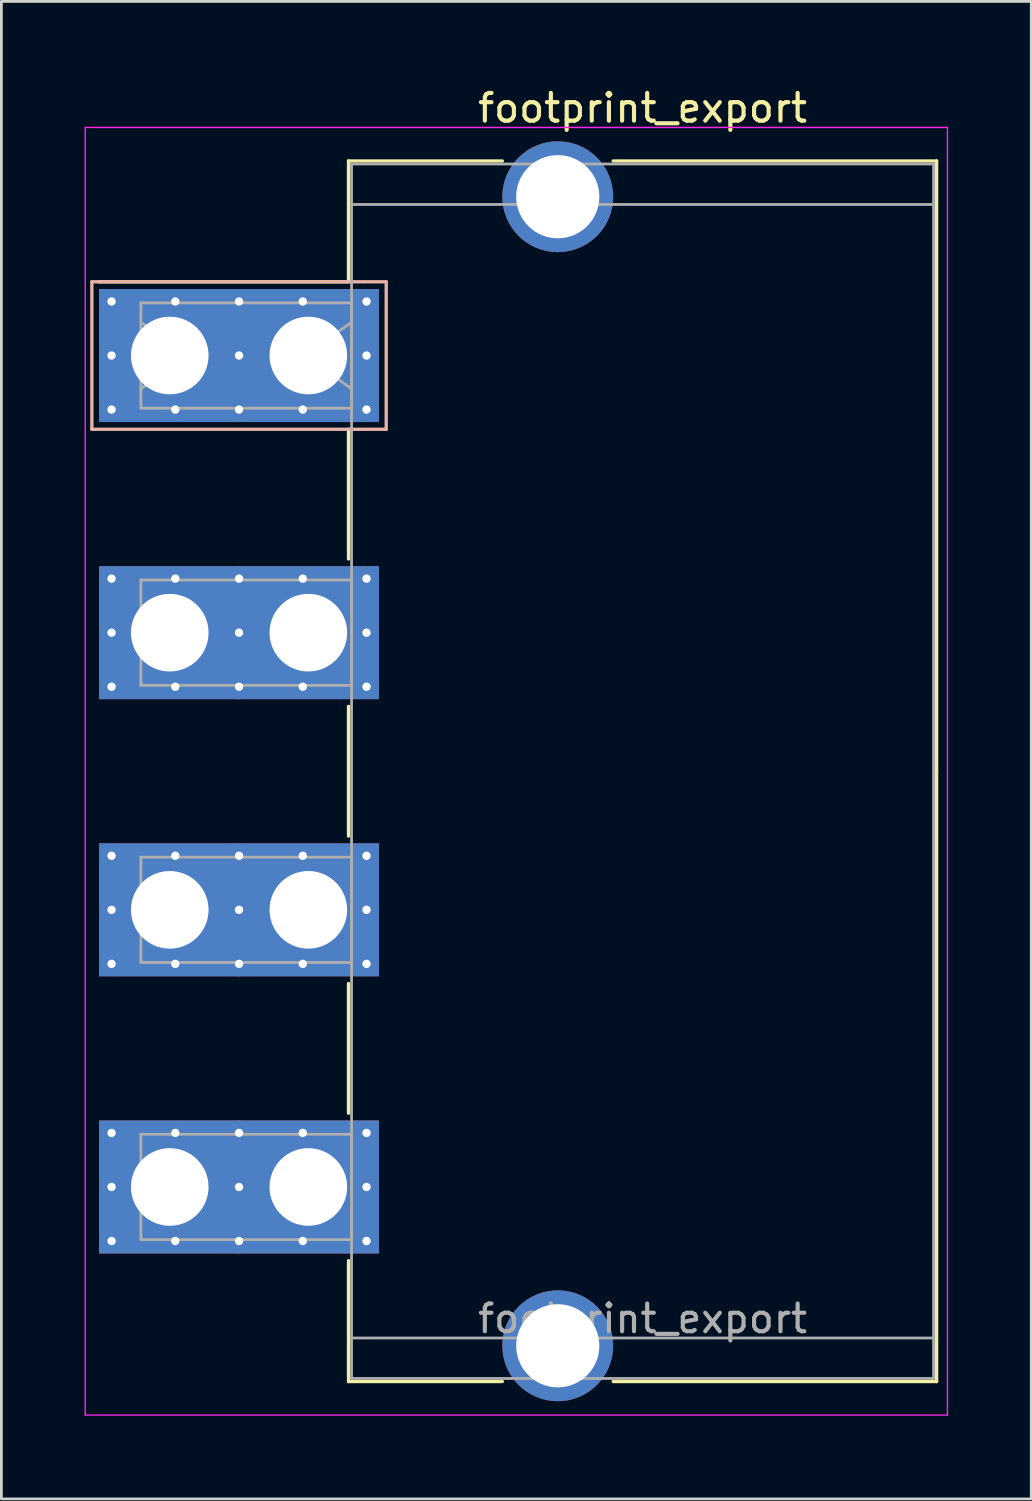
<source format=kicad_pcb>
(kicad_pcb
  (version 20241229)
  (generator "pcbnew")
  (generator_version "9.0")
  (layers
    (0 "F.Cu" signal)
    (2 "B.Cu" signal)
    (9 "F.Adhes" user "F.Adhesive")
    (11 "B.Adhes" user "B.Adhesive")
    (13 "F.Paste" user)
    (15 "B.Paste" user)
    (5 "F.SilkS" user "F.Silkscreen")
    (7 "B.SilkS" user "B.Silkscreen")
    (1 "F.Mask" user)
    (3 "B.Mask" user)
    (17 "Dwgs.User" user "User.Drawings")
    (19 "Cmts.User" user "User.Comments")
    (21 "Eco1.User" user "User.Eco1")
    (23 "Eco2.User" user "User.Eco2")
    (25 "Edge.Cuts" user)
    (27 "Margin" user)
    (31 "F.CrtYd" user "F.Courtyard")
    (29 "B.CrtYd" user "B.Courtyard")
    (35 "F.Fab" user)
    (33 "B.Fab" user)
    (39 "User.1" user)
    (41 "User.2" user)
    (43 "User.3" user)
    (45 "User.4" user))
  (footprint "footprint_export"
    (layer "F.Cu")
    (at 3.075 9.778)
    (property "Reference" "footprint_export" (at 17.06 -8.93 0) (layer "F.SilkS") (effects (font (size 1 1) (thickness 0.15))))
    (attr through_hole)
    (fp_line (start 6.45 -7.02) (end 12 -7.02) (stroke (width 0.12) (type solid)) (layer "F.SilkS"))
    (fp_line (start 6.45 -2.66) (end -2.55 -2.66) (stroke (width 0.12) (type solid)) (layer "F.SilkS"))
    (fp_line (start 6.45 -2.66) (end 6.45 -7.02) (stroke (width 0.12) (type solid)) (layer "F.SilkS"))
    (fp_line (start 6.45 2.66) (end 6.45 7.34) (stroke (width 0.12) (type solid)) (layer "F.SilkS"))
    (fp_line (start 6.45 12.66) (end 6.45 17.34) (stroke (width 0.12) (type solid)) (layer "F.SilkS"))
    (fp_line (start 6.45 22.66) (end 6.45 27.34) (stroke (width 0.12) (type solid)) (layer "F.SilkS"))
    (fp_line (start 6.45 32.66) (end 6.45 37.02) (stroke (width 0.12) (type solid)) (layer "F.SilkS"))
    (fp_line (start 6.45 37.02) (end 12 37.02) (stroke (width 0.12) (type solid)) (layer "F.SilkS"))
    (fp_line (start 16 -7.02) (end 27.67 -7.02) (stroke (width 0.12) (type solid)) (layer "F.SilkS"))
    (fp_line (start 16 37.02) (end 27.67 37.02) (stroke (width 0.12) (type solid)) (layer "F.SilkS"))
    (fp_line (start 27.67 -7.02) (end 27.67 15) (stroke (width 0.12) (type solid)) (layer "F.SilkS"))
    (fp_line (start 27.67 37.02) (end 27.67 15) (stroke (width 0.12) (type solid)) (layer "F.SilkS"))
    (fp_line (start -2.81 -2.66) (end -2.81 2.66) (stroke (width 0.12) (type solid)) (layer "B.SilkS"))
    (fp_line (start -2.81 2.66) (end 7.81 2.66) (stroke (width 0.12) (type solid)) (layer "B.SilkS"))
    (fp_line (start 7.81 -2.66) (end -2.81 -2.66) (stroke (width 0.12) (type solid)) (layer "B.SilkS"))
    (fp_line (start 7.81 2.66) (end 7.81 -2.66) (stroke (width 0.12) (type solid)) (layer "B.SilkS"))
    (fp_line (start -3.05 -8.23) (end -3.05 38.23) (stroke (width 0.05) (type solid)) (layer "F.CrtYd"))
    (fp_line (start -3.05 38.23) (end 28.06 38.23) (stroke (width 0.05) (type solid)) (layer "F.CrtYd"))
    (fp_line (start 28.06 -8.23) (end -3.05 -8.23) (stroke (width 0.05) (type solid)) (layer "F.CrtYd"))
    (fp_line (start 28.06 38.23) (end 28.06 -8.23) (stroke (width 0.05) (type solid)) (layer "F.CrtYd"))
    (fp_line (start -1.04 -1.9) (end 6.56 -1.9) (stroke (width 0.1) (type solid)) (layer "F.Fab"))
    (fp_line (start -1.04 -1.2) (end 0.657 0) (stroke (width 0.1) (type solid)) (layer "F.Fab"))
    (fp_line (start -1.04 1.9) (end -1.04 -1.9) (stroke (width 0.1) (type solid)) (layer "F.Fab"))
    (fp_line (start -1.04 8.1) (end 6.56 8.1) (stroke (width 0.1) (type solid)) (layer "F.Fab"))
    (fp_line (start -1.04 11.9) (end -1.04 8.1) (stroke (width 0.1) (type solid)) (layer "F.Fab"))
    (fp_line (start -1.04 18.1) (end 6.56 18.1) (stroke (width 0.1) (type solid)) (layer "F.Fab"))
    (fp_line (start -1.04 21.9) (end -1.04 18.1) (stroke (width 0.1) (type solid)) (layer "F.Fab"))
    (fp_line (start -1.04 28.1) (end 6.56 28.1) (stroke (width 0.1) (type solid)) (layer "F.Fab"))
    (fp_line (start -1.04 31.9) (end -1.04 28.1) (stroke (width 0.1) (type solid)) (layer "F.Fab"))
    (fp_line (start 0.657 0) (end -1.04 1.2) (stroke (width 0.1) (type solid)) (layer "F.Fab"))
    (fp_line (start 4.863 0) (end 6.56 1.2) (stroke (width 0.1) (type solid)) (layer "F.Fab"))
    (fp_line (start 6.56 -6.91) (end 6.56 36.91) (stroke (width 0.1) (type solid)) (layer "F.Fab"))
    (fp_line (start 6.56 -5.45) (end 27.56 -5.45) (stroke (width 0.1) (type solid)) (layer "F.Fab"))
    (fp_line (start 6.56 -1.9) (end 6.56 1.9) (stroke (width 0.1) (type solid)) (layer "F.Fab"))
    (fp_line (start 6.56 -1.2) (end 4.863 0) (stroke (width 0.1) (type solid)) (layer "F.Fab"))
    (fp_line (start 6.56 1.9) (end -1.04 1.9) (stroke (width 0.1) (type solid)) (layer "F.Fab"))
    (fp_line (start 6.56 8.1) (end 6.56 11.9) (stroke (width 0.1) (type solid)) (layer "F.Fab"))
    (fp_line (start 6.56 11.9) (end -1.04 11.9) (stroke (width 0.1) (type solid)) (layer "F.Fab"))
    (fp_line (start 6.56 18.1) (end 6.56 21.9) (stroke (width 0.1) (type solid)) (layer "F.Fab"))
    (fp_line (start 6.56 21.9) (end -1.04 21.9) (stroke (width 0.1) (type solid)) (layer "F.Fab"))
    (fp_line (start 6.56 28.1) (end 6.56 31.9) (stroke (width 0.1) (type solid)) (layer "F.Fab"))
    (fp_line (start 6.56 31.9) (end -1.04 31.9) (stroke (width 0.1) (type solid)) (layer "F.Fab"))
    (fp_line (start 6.56 35.45) (end 27.56 35.45) (stroke (width 0.1) (type solid)) (layer "F.Fab"))
    (fp_line (start 6.56 36.91) (end 27.56 36.91) (stroke (width 0.1) (type solid)) (layer "F.Fab"))
    (fp_line (start 27.56 -6.91) (end 6.56 -6.91) (stroke (width 0.1) (type solid)) (layer "F.Fab"))
    (fp_line (start 27.56 36.91) (end 27.56 -6.91) (stroke (width 0.1) (type solid)) (layer "F.Fab"))
    (fp_text user "${REFERENCE}" (at 17.06 34.75 0) (layer "F.Fab") (effects (font (size 1 1) (thickness 0.15))))
    (pad "" thru_hole circle (at 14 -5.73) (size 4 4) (drill 3) (layers "*.Cu" "*.Mask"))
    (pad "" thru_hole circle (at 14 35.73) (size 4 4) (drill 3) (layers "*.Cu" "*.Mask"))
    (pad "1" thru_hole roundrect (at -2.1 -1.95) (size 0.6 0.6) (drill 0.3) (layers "*.Cu" "*.Mask") (roundrect_rratio 0.25))
    (pad "1" thru_hole roundrect (at -2.1 0) (size 0.6 0.6) (drill 0.3) (layers "*.Cu" "*.Mask") (roundrect_rratio 0.25))
    (pad "1" thru_hole roundrect (at -2.1 1.95) (size 0.6 0.6) (drill 0.3) (layers "*.Cu" "*.Mask") (roundrect_rratio 0.25))
    (pad "1" thru_hole rect (at 0 0) (size 5.1 4.8) (drill 2.8) (layers "*.Cu" "*.Mask"))
    (pad "1" thru_hole roundrect (at 0.2 -1.95) (size 0.6 0.6) (drill 0.3) (layers "*.Cu" "*.Mask") (roundrect_rratio 0.25))
    (pad "1" thru_hole roundrect (at 0.2 1.95) (size 0.6 0.6) (drill 0.3) (layers "*.Cu" "*.Mask") (roundrect_rratio 0.25))
    (pad "1" thru_hole roundrect (at 2.5 -1.95) (size 0.6 0.6) (drill 0.3) (layers "*.Cu" "*.Mask") (roundrect_rratio 0.25))
    (pad "1" thru_hole roundrect (at 2.5 0) (size 0.6 0.6) (drill 0.3) (layers "*.Cu" "*.Mask") (roundrect_rratio 0.25))
    (pad "1" thru_hole roundrect (at 2.5 1.95) (size 0.6 0.6) (drill 0.3) (layers "*.Cu" "*.Mask") (roundrect_rratio 0.25))
    (pad "1" thru_hole roundrect (at 4.8 -1.95) (size 0.6 0.6) (drill 0.3) (layers "*.Cu" "*.Mask") (roundrect_rratio 0.25))
    (pad "1" thru_hole roundrect (at 4.8 1.95) (size 0.6 0.6) (drill 0.3) (layers "*.Cu" "*.Mask") (roundrect_rratio 0.25))
    (pad "1" thru_hole rect (at 5 0) (size 5.1 4.8) (drill 2.8) (layers "*.Cu" "*.Mask"))
    (pad "1" thru_hole roundrect (at 7.1 -1.95) (size 0.6 0.6) (drill 0.3) (layers "*.Cu" "*.Mask") (roundrect_rratio 0.25))
    (pad "1" thru_hole roundrect (at 7.1 0) (size 0.6 0.6) (drill 0.3) (layers "*.Cu" "*.Mask") (roundrect_rratio 0.25))
    (pad "1" thru_hole roundrect (at 7.1 1.95) (size 0.6 0.6) (drill 0.3) (layers "*.Cu" "*.Mask") (roundrect_rratio 0.25))
    (pad "2" thru_hole circle (at -2.1 8.05) (size 0.6 0.6) (drill 0.3) (layers "*.Cu" "*.Mask"))
    (pad "2" thru_hole circle (at -2.1 10) (size 0.6 0.6) (drill 0.3) (layers "*.Cu" "*.Mask"))
    (pad "2" thru_hole circle (at -2.1 11.95) (size 0.6 0.6) (drill 0.3) (layers "*.Cu" "*.Mask"))
    (pad "2" thru_hole rect (at 0 10) (size 5.1 4.8) (drill 2.8) (layers "*.Cu" "*.Mask"))
    (pad "2" thru_hole circle (at 0.2 8.05) (size 0.6 0.6) (drill 0.3) (layers "*.Cu" "*.Mask"))
    (pad "2" thru_hole circle (at 0.2 11.95) (size 0.6 0.6) (drill 0.3) (layers "*.Cu" "*.Mask"))
    (pad "2" thru_hole circle (at 2.5 8.05) (size 0.6 0.6) (drill 0.3) (layers "*.Cu" "*.Mask"))
    (pad "2" thru_hole circle (at 2.5 10) (size 0.6 0.6) (drill 0.3) (layers "*.Cu" "*.Mask"))
    (pad "2" thru_hole circle (at 2.5 11.95) (size 0.6 0.6) (drill 0.3) (layers "*.Cu" "*.Mask"))
    (pad "2" thru_hole circle (at 4.8 8.05) (size 0.6 0.6) (drill 0.3) (layers "*.Cu" "*.Mask"))
    (pad "2" thru_hole circle (at 4.8 11.95) (size 0.6 0.6) (drill 0.3) (layers "*.Cu" "*.Mask"))
    (pad "2" thru_hole rect (at 5 10) (size 5.1 4.8) (drill 2.8) (layers "*.Cu" "*.Mask"))
    (pad "2" thru_hole circle (at 7.1 8.05) (size 0.6 0.6) (drill 0.3) (layers "*.Cu" "*.Mask"))
    (pad "2" thru_hole circle (at 7.1 10) (size 0.6 0.6) (drill 0.3) (layers "*.Cu" "*.Mask"))
    (pad "2" thru_hole circle (at 7.1 11.95) (size 0.6 0.6) (drill 0.3) (layers "*.Cu" "*.Mask"))
    (pad "3" thru_hole circle (at -2.1 18.05) (size 0.6 0.6) (drill 0.3) (layers "*.Cu" "*.Mask"))
    (pad "3" thru_hole circle (at -2.1 20) (size 0.6 0.6) (drill 0.3) (layers "*.Cu" "*.Mask"))
    (pad "3" thru_hole circle (at -2.1 21.95) (size 0.6 0.6) (drill 0.3) (layers "*.Cu" "*.Mask"))
    (pad "3" thru_hole rect (at 0 20) (size 5.1 4.8) (drill 2.8) (layers "*.Cu" "*.Mask"))
    (pad "3" thru_hole circle (at 0.2 18.05) (size 0.6 0.6) (drill 0.3) (layers "*.Cu" "*.Mask"))
    (pad "3" thru_hole circle (at 0.2 21.95) (size 0.6 0.6) (drill 0.3) (layers "*.Cu" "*.Mask"))
    (pad "3" thru_hole circle (at 2.5 18.05) (size 0.6 0.6) (drill 0.3) (layers "*.Cu" "*.Mask"))
    (pad "3" thru_hole circle (at 2.5 20) (size 0.6 0.6) (drill 0.3) (layers "*.Cu" "*.Mask"))
    (pad "3" thru_hole circle (at 2.5 21.95) (size 0.6 0.6) (drill 0.3) (layers "*.Cu" "*.Mask"))
    (pad "3" thru_hole circle (at 4.8 18.05) (size 0.6 0.6) (drill 0.3) (layers "*.Cu" "*.Mask"))
    (pad "3" thru_hole circle (at 4.8 21.95) (size 0.6 0.6) (drill 0.3) (layers "*.Cu" "*.Mask"))
    (pad "3" thru_hole rect (at 5 20) (size 5.1 4.8) (drill 2.8) (layers "*.Cu" "*.Mask"))
    (pad "3" thru_hole circle (at 7.1 18.05) (size 0.6 0.6) (drill 0.3) (layers "*.Cu" "*.Mask"))
    (pad "3" thru_hole circle (at 7.1 20) (size 0.6 0.6) (drill 0.3) (layers "*.Cu" "*.Mask"))
    (pad "3" thru_hole circle (at 7.1 21.95) (size 0.6 0.6) (drill 0.3) (layers "*.Cu" "*.Mask"))
    (pad "4" thru_hole circle (at -2.1 28.05) (size 0.6 0.6) (drill 0.3) (layers "*.Cu" "*.Mask"))
    (pad "4" thru_hole circle (at -2.1 30) (size 0.6 0.6) (drill 0.3) (layers "*.Cu" "*.Mask"))
    (pad "4" thru_hole circle (at -2.1 31.95) (size 0.6 0.6) (drill 0.3) (layers "*.Cu" "*.Mask"))
    (pad "4" thru_hole rect (at 0 30) (size 5.1 4.8) (drill 2.8) (layers "*.Cu" "*.Mask"))
    (pad "4" thru_hole circle (at 0.2 28.05) (size 0.6 0.6) (drill 0.3) (layers "*.Cu" "*.Mask"))
    (pad "4" thru_hole circle (at 0.2 31.95) (size 0.6 0.6) (drill 0.3) (layers "*.Cu" "*.Mask"))
    (pad "4" thru_hole circle (at 2.5 28.05) (size 0.6 0.6) (drill 0.3) (layers "*.Cu" "*.Mask"))
    (pad "4" thru_hole circle (at 2.5 30) (size 0.6 0.6) (drill 0.3) (layers "*.Cu" "*.Mask"))
    (pad "4" thru_hole circle (at 2.5 31.95) (size 0.6 0.6) (drill 0.3) (layers "*.Cu" "*.Mask"))
    (pad "4" thru_hole circle (at 4.8 28.05) (size 0.6 0.6) (drill 0.3) (layers "*.Cu" "*.Mask"))
    (pad "4" thru_hole circle (at 4.8 31.95) (size 0.6 0.6) (drill 0.3) (layers "*.Cu" "*.Mask"))
    (pad "4" thru_hole rect (at 5 30) (size 5.1 4.8) (drill 2.8) (layers "*.Cu" "*.Mask"))
    (pad "4" thru_hole circle (at 7.1 28.05) (size 0.6 0.6) (drill 0.3) (layers "*.Cu" "*.Mask"))
    (pad "4" thru_hole circle (at 7.1 30) (size 0.6 0.6) (drill 0.3) (layers "*.Cu" "*.Mask"))
    (pad "4" thru_hole circle (at 7.1 31.95) (size 0.6 0.6) (drill 0.3) (layers "*.Cu" "*.Mask")))
  (gr_rect
    (start -3 -3)
    (end 34.16 51.033)
    (stroke (width 0.1) (type default))
    (fill no)
    (layer "Edge.Cuts")))
</source>
